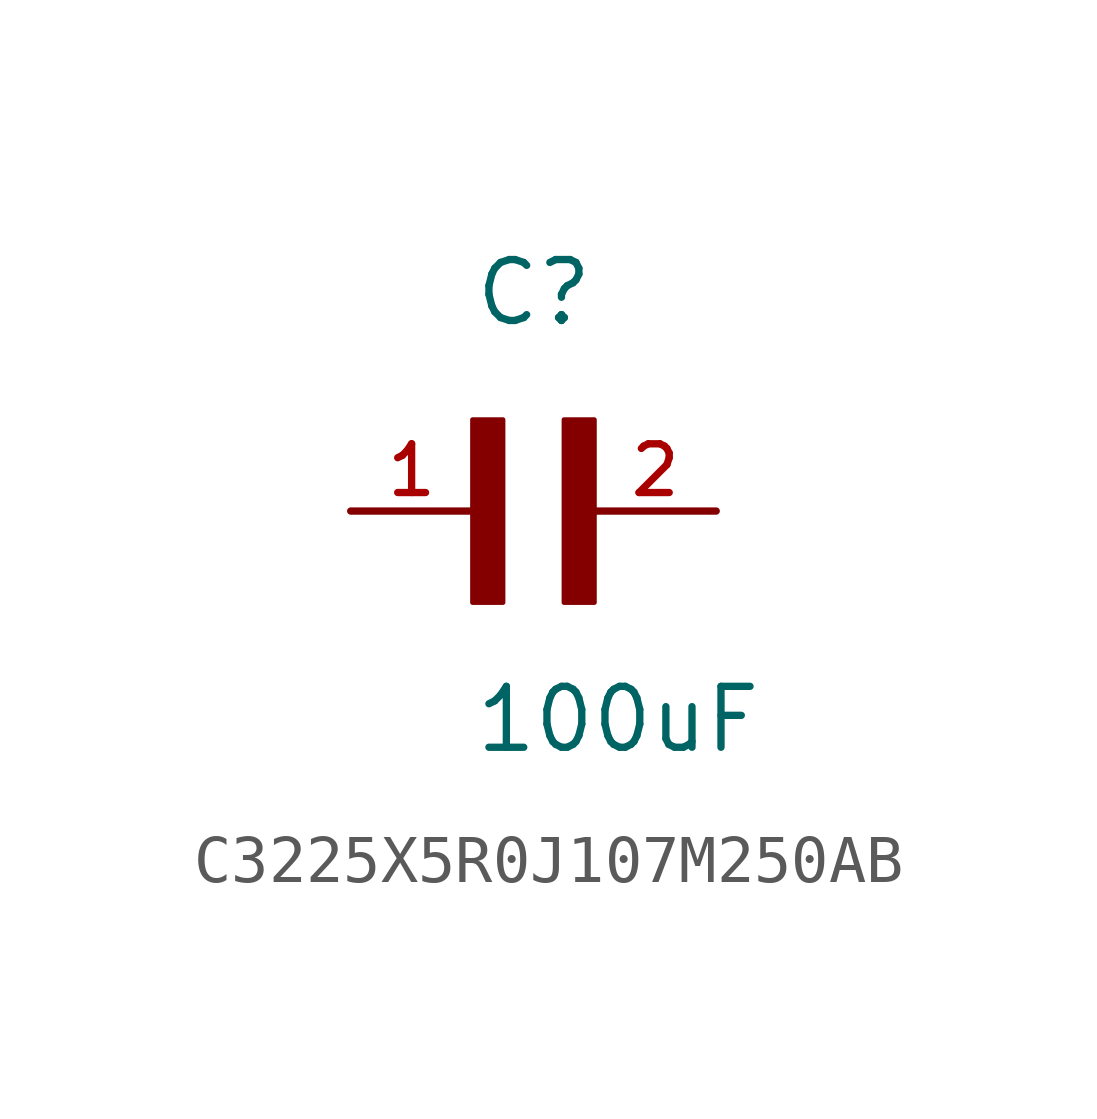
<source format=kicad_sym>
(kicad_symbol_lib
  (version 20241209)
  (generator "kicad_symbol_editor")
  (generator_version "9.0")
  (symbol "C3225X5R0J107M250AB"
    (pin_names
      (offset 1.016))
    (property "Reference" "C"
      (at 0 3.81 0)
      (effects (font (size 1.27 1.27)) (justify left bottom)))
    (property "Value" "100uF"
      (at 0 -5.088 0)
      (effects (font (size 1.27 1.27)) (justify left bottom)))
    (symbol "C3225X5R0J107M250AB_0_0"
      (rectangle (start 0 -1.907) (end 0.635 1.905) (stroke (width 0.1) (type default)) (fill (type outline)))
      (rectangle (start 1.907 -1.907) (end 2.54 1.905) (stroke (width 0.1) (type default)) (fill (type outline)))
      (pin passive line (at -2.54 0 0) (length 2.54) (name "~" (effects (font (size 1.016 1.016)))) (number "1" (effects (font (size 1.016 1.016)))))
      (pin passive line (at 5.08 0 180) (length 2.54) (name "~" (effects (font (size 1.016 1.016)))) (number "2" (effects (font (size 1.016 1.016))))))))
</source>
